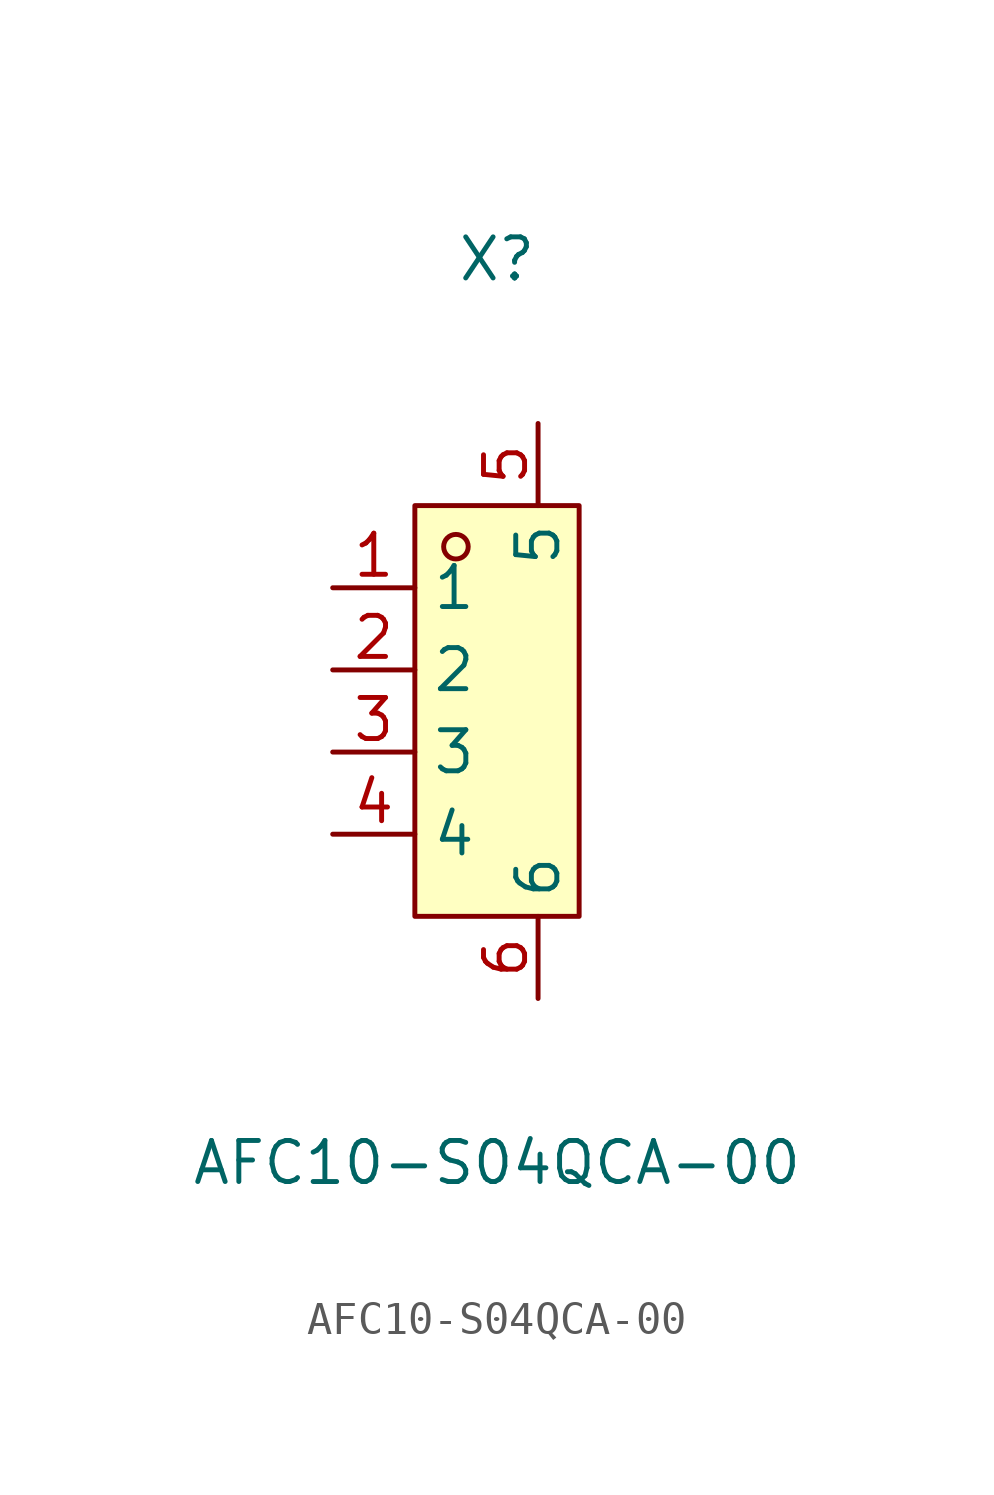
<source format=kicad_sym>
(kicad_symbol_lib
  (version 20211014)
  (generator https://github.com/uPesy/easyeda2kicad.py)
  (symbol "AFC10-S04QCA-00"
    (property "Reference" "X"
      (at 0 13.97 0)
      (effects (font (size 1.27 1.27))))
    (property "Value" "AFC10-S04QCA-00"
      (at 0 -13.97 0)
      (effects (font (size 1.27 1.27))))
    (symbol "AFC10-S04QCA-00_0_1"
      (rectangle (start -2.54 6.35) (end 2.54 -6.35) (stroke (width 0) (type default) (color 0 0 0 0)) (fill (type background)))
      (circle (center -1.27 5.08) (radius 0.38) (stroke (width 0) (type default) (color 0 0 0 0)) (fill (type none)))
      (pin unspecified line (at -5.08 3.81 0) (length 2.54) (name "1" (effects (font (size 1.27 1.27)))) (number "1" (effects (font (size 1.27 1.27)))))
      (pin unspecified line (at -5.08 1.27 0) (length 2.54) (name "2" (effects (font (size 1.27 1.27)))) (number "2" (effects (font (size 1.27 1.27)))))
      (pin unspecified line (at -5.08 -1.27 0) (length 2.54) (name "3" (effects (font (size 1.27 1.27)))) (number "3" (effects (font (size 1.27 1.27)))))
      (pin unspecified line (at -5.08 -3.81 0) (length 2.54) (name "4" (effects (font (size 1.27 1.27)))) (number "4" (effects (font (size 1.27 1.27)))))
      (pin unspecified line (at 1.27 8.89 270) (length 2.54) (name "5" (effects (font (size 1.27 1.27)))) (number "5" (effects (font (size 1.27 1.27)))))
      (pin unspecified line (at 1.27 -8.89 90) (length 2.54) (name "6" (effects (font (size 1.27 1.27)))) (number "6" (effects (font (size 1.27 1.27))))))))
</source>
